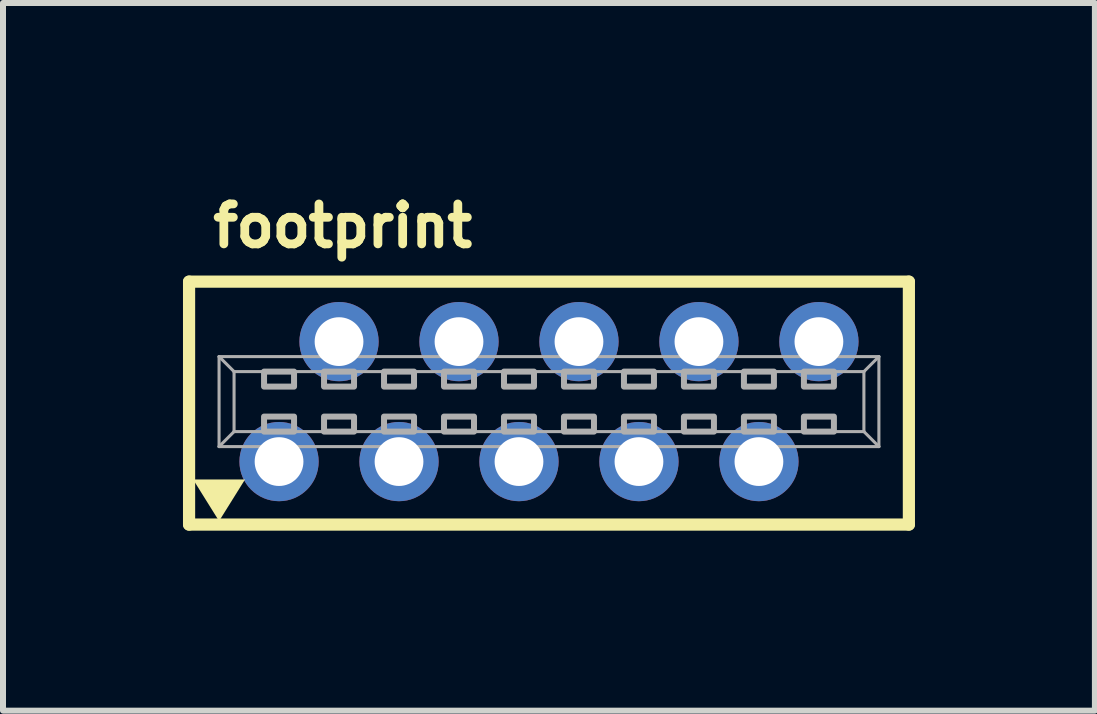
<source format=kicad_pcb>
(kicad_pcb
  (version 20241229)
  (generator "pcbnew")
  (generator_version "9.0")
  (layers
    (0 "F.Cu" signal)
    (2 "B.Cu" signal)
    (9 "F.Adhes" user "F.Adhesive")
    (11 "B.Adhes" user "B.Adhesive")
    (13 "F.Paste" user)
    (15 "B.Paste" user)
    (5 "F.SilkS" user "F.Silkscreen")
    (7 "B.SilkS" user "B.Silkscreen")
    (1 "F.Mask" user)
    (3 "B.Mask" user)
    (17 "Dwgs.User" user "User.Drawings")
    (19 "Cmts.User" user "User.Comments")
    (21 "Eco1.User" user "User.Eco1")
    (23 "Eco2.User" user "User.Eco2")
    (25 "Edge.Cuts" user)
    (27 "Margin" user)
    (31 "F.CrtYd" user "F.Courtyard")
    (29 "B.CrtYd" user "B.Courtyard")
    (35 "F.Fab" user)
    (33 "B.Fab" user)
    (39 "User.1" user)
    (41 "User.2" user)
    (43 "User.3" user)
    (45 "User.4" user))
  (footprint "footprint"
    (layer "F.Cu")
    (at 6.102 3.645)
    (property "Reference" "footprint" (at -5.675 -2.54 0) (layer "F.SilkS") (effects (font (size 0.666 0.666) (thickness 0.146)) (justify left bottom)))
    (fp_line (start -6 -2) (end -6 2.05) (stroke (width 0.203) (type solid)) (layer "F.SilkS"))
    (fp_line (start -6 2.05) (end 6 2.05) (stroke (width 0.203) (type solid)) (layer "F.SilkS"))
    (fp_line (start 6 -2) (end -6 -2) (stroke (width 0.203) (type solid)) (layer "F.SilkS"))
    (fp_line (start 6 -2) (end 6 2.05) (stroke (width 0.203) (type solid)) (layer "F.SilkS"))
    (fp_poly (pts (xy -5.5 1.992) (xy -5.933 1.298) (xy -5.067 1.298)) (stroke (width 0) (type solid)) (fill yes) (layer "F.SilkS"))
    (fp_line (start -5.5 -0.75) (end 5.5 -0.75) (stroke (width 0.051) (type solid)) (layer "F.Fab"))
    (fp_line (start -5.5 0.75) (end -5.5 -0.75) (stroke (width 0.051) (type solid)) (layer "F.Fab"))
    (fp_line (start -5.25 -0.5) (end -5.5 -0.75) (stroke (width 0.051) (type solid)) (layer "F.Fab"))
    (fp_line (start -5.25 -0.5) (end 5.25 -0.5) (stroke (width 0.051) (type solid)) (layer "F.Fab"))
    (fp_line (start -5.25 0.5) (end -5.5 0.75) (stroke (width 0.051) (type solid)) (layer "F.Fab"))
    (fp_line (start -5.25 0.5) (end -5.25 -0.5) (stroke (width 0.051) (type solid)) (layer "F.Fab"))
    (fp_line (start 5.25 -0.5) (end 5.25 0.5) (stroke (width 0.051) (type solid)) (layer "F.Fab"))
    (fp_line (start 5.25 -0.5) (end 5.5 -0.75) (stroke (width 0.051) (type solid)) (layer "F.Fab"))
    (fp_line (start 5.25 0.5) (end -5.25 0.5) (stroke (width 0.051) (type solid)) (layer "F.Fab"))
    (fp_line (start 5.25 0.5) (end 5.5 0.75) (stroke (width 0.051) (type solid)) (layer "F.Fab"))
    (fp_line (start 5.5 -0.75) (end 5.5 0.75) (stroke (width 0.051) (type solid)) (layer "F.Fab"))
    (fp_line (start 5.5 0.75) (end -5.5 0.75) (stroke (width 0.051) (type solid)) (layer "F.Fab"))
    (fp_poly (pts (xy -4.75 -0.25) (xy -4.25 -0.25) (xy -4.25 -0.5) (xy -4.75 -0.5)) (stroke (width 0.1) (type solid)) (fill no) (layer "F.Fab"))
    (fp_poly (pts (xy -4.75 0.5) (xy -4.25 0.5) (xy -4.25 0.25) (xy -4.75 0.25)) (stroke (width 0.1) (type solid)) (fill no) (layer "F.Fab"))
    (fp_poly (pts (xy -3.75 -0.25) (xy -3.25 -0.25) (xy -3.25 -0.5) (xy -3.75 -0.5)) (stroke (width 0.1) (type solid)) (fill no) (layer "F.Fab"))
    (fp_poly (pts (xy -3.75 0.5) (xy -3.25 0.5) (xy -3.25 0.25) (xy -3.75 0.25)) (stroke (width 0.1) (type solid)) (fill no) (layer "F.Fab"))
    (fp_poly (pts (xy -2.75 -0.25) (xy -2.25 -0.25) (xy -2.25 -0.5) (xy -2.75 -0.5)) (stroke (width 0.1) (type solid)) (fill no) (layer "F.Fab"))
    (fp_poly (pts (xy -2.75 0.5) (xy -2.25 0.5) (xy -2.25 0.25) (xy -2.75 0.25)) (stroke (width 0.1) (type solid)) (fill no) (layer "F.Fab"))
    (fp_poly (pts (xy -1.75 -0.25) (xy -1.25 -0.25) (xy -1.25 -0.5) (xy -1.75 -0.5)) (stroke (width 0.1) (type solid)) (fill no) (layer "F.Fab"))
    (fp_poly (pts (xy -1.75 0.5) (xy -1.25 0.5) (xy -1.25 0.25) (xy -1.75 0.25)) (stroke (width 0.1) (type solid)) (fill no) (layer "F.Fab"))
    (fp_poly (pts (xy -0.75 -0.25) (xy -0.25 -0.25) (xy -0.25 -0.5) (xy -0.75 -0.5)) (stroke (width 0.1) (type solid)) (fill no) (layer "F.Fab"))
    (fp_poly (pts (xy -0.75 0.5) (xy -0.25 0.5) (xy -0.25 0.25) (xy -0.75 0.25)) (stroke (width 0.1) (type solid)) (fill no) (layer "F.Fab"))
    (fp_poly (pts (xy 0.25 -0.25) (xy 0.75 -0.25) (xy 0.75 -0.5) (xy 0.25 -0.5)) (stroke (width 0.1) (type solid)) (fill no) (layer "F.Fab"))
    (fp_poly (pts (xy 0.25 0.5) (xy 0.75 0.5) (xy 0.75 0.25) (xy 0.25 0.25)) (stroke (width 0.1) (type solid)) (fill no) (layer "F.Fab"))
    (fp_poly (pts (xy 1.25 -0.25) (xy 1.75 -0.25) (xy 1.75 -0.5) (xy 1.25 -0.5)) (stroke (width 0.1) (type solid)) (fill no) (layer "F.Fab"))
    (fp_poly (pts (xy 1.25 0.5) (xy 1.75 0.5) (xy 1.75 0.25) (xy 1.25 0.25)) (stroke (width 0.1) (type solid)) (fill no) (layer "F.Fab"))
    (fp_poly (pts (xy 2.25 -0.25) (xy 2.75 -0.25) (xy 2.75 -0.5) (xy 2.25 -0.5)) (stroke (width 0.1) (type solid)) (fill no) (layer "F.Fab"))
    (fp_poly (pts (xy 2.25 0.5) (xy 2.75 0.5) (xy 2.75 0.25) (xy 2.25 0.25)) (stroke (width 0.1) (type solid)) (fill no) (layer "F.Fab"))
    (fp_poly (pts (xy 3.25 -0.25) (xy 3.75 -0.25) (xy 3.75 -0.5) (xy 3.25 -0.5)) (stroke (width 0.1) (type solid)) (fill no) (layer "F.Fab"))
    (fp_poly (pts (xy 3.25 0.5) (xy 3.75 0.5) (xy 3.75 0.25) (xy 3.25 0.25)) (stroke (width 0.1) (type solid)) (fill no) (layer "F.Fab"))
    (fp_poly (pts (xy 4.25 -0.25) (xy 4.75 -0.25) (xy 4.75 -0.5) (xy 4.25 -0.5)) (stroke (width 0.1) (type solid)) (fill no) (layer "F.Fab"))
    (fp_poly (pts (xy 4.25 0.5) (xy 4.75 0.5) (xy 4.75 0.25) (xy 4.25 0.25)) (stroke (width 0.1) (type solid)) (fill no) (layer "F.Fab"))
    (pad "1" thru_hole circle (at -4.5 1) (size 1.321 1.321) (drill 0.813) (layers "*.Cu" "*.Mask"))
    (pad "2" thru_hole circle (at -3.5 -1) (size 1.321 1.321) (drill 0.813) (layers "*.Cu" "*.Mask"))
    (pad "3" thru_hole circle (at -2.5 1) (size 1.321 1.321) (drill 0.813) (layers "*.Cu" "*.Mask"))
    (pad "4" thru_hole circle (at -1.5 -1) (size 1.321 1.321) (drill 0.813) (layers "*.Cu" "*.Mask"))
    (pad "5" thru_hole circle (at -0.5 1) (size 1.321 1.321) (drill 0.813) (layers "*.Cu" "*.Mask"))
    (pad "6" thru_hole circle (at 0.5 -1) (size 1.321 1.321) (drill 0.813) (layers "*.Cu" "*.Mask"))
    (pad "7" thru_hole circle (at 1.5 1) (size 1.321 1.321) (drill 0.813) (layers "*.Cu" "*.Mask"))
    (pad "8" thru_hole circle (at 2.5 -1) (size 1.321 1.321) (drill 0.813) (layers "*.Cu" "*.Mask"))
    (pad "9" thru_hole circle (at 3.5 1) (size 1.321 1.321) (drill 0.813) (layers "*.Cu" "*.Mask"))
    (pad "10" thru_hole circle (at 4.5 -1) (size 1.321 1.321) (drill 0.813) (layers "*.Cu" "*.Mask")))
  (gr_rect
    (start -3 -3)
    (end 15.203 8.797)
    (stroke (width 0.1) (type default))
    (fill no)
    (layer "Edge.Cuts")))
</source>
